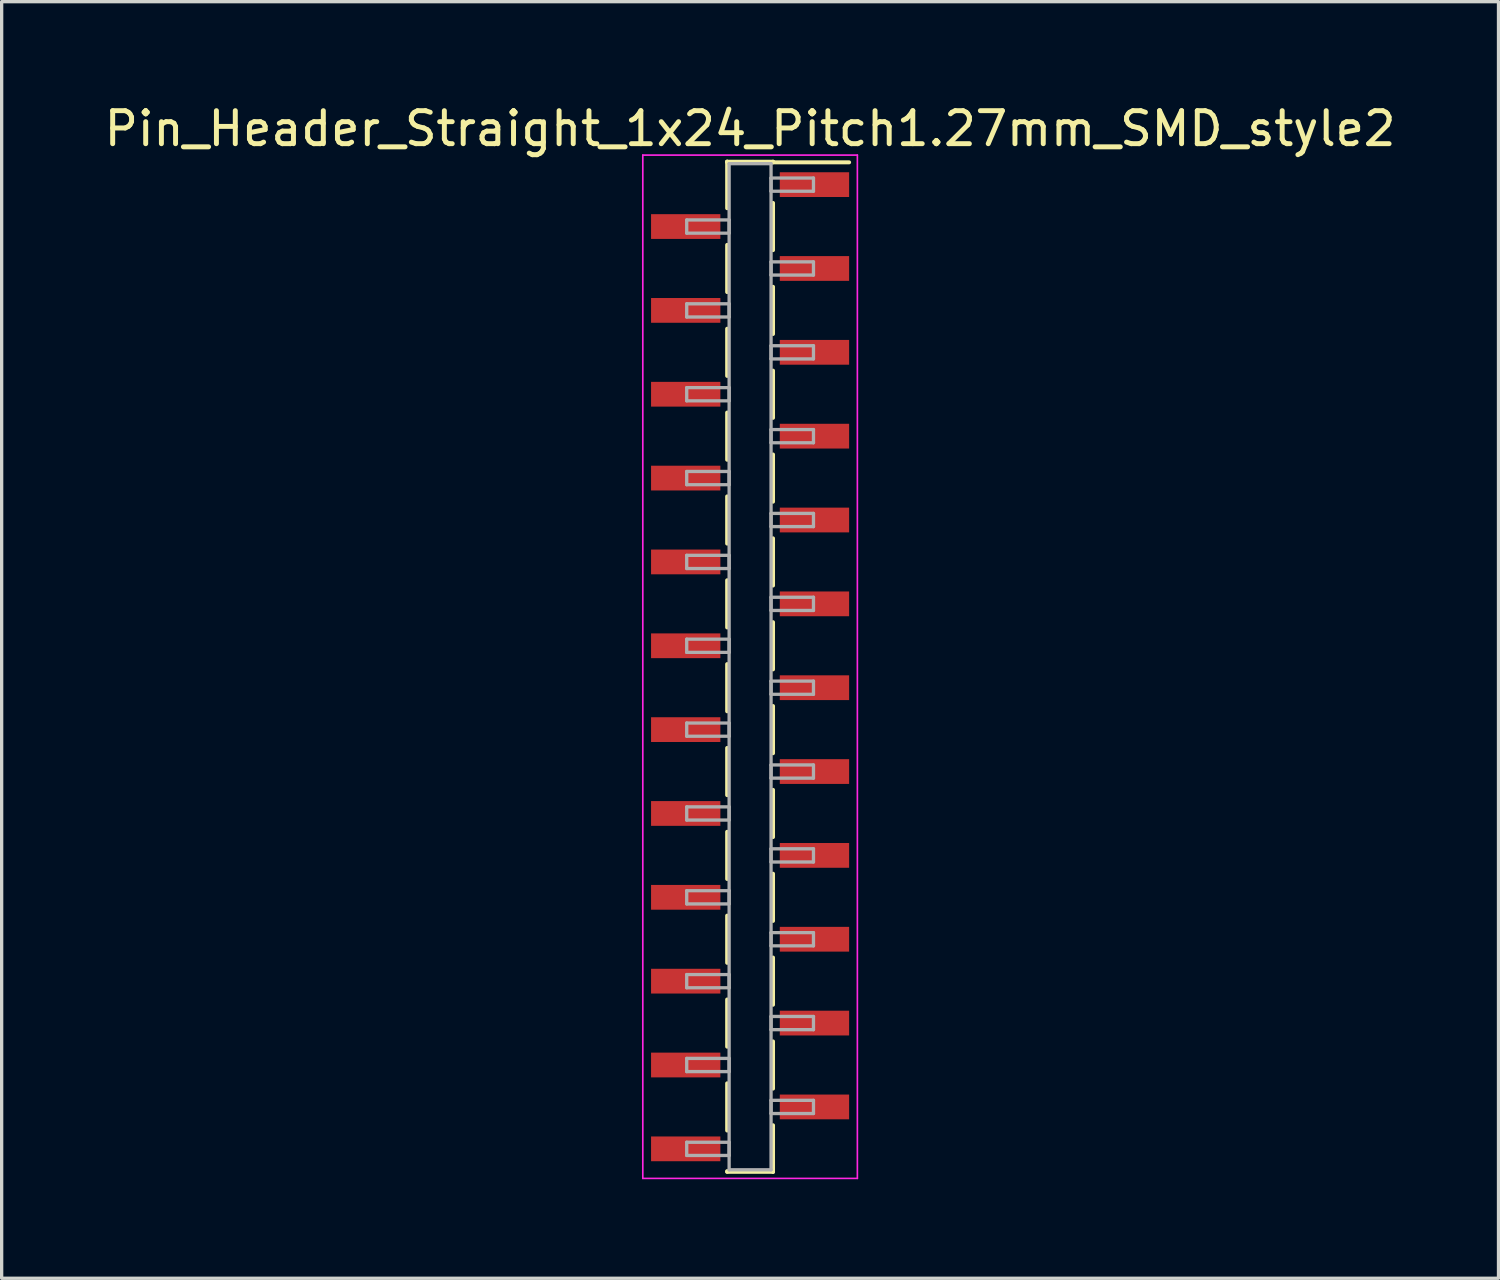
<source format=kicad_pcb>
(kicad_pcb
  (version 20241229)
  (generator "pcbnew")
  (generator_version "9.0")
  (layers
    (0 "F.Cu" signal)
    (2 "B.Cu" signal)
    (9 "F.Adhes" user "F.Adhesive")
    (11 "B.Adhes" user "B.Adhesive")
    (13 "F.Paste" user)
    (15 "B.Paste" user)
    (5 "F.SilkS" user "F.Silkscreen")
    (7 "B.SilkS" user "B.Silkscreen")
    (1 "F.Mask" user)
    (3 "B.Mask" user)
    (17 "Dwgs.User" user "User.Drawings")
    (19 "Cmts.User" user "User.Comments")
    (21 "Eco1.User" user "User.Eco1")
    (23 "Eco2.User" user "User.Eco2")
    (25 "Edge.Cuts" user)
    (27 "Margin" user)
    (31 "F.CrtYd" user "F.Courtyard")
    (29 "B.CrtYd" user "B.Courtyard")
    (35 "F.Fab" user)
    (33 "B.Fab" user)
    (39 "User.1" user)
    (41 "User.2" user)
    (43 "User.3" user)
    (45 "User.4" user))
  (footprint "Pin_Header_Straight_1x24_Pitch1.27mm_SMD_style2"
    (layer "F.Cu")
    (at 19.673 17.148)
    (property "Reference" "Pin_Header_Straight_1x24_Pitch1.27mm_SMD_style2" (at 0 -16.3 0) (layer "F.SilkS") (effects (font (size 1 1) (thickness 0.15))))
    (attr smd)
    (fp_line (start -0.695 -15.3) (end -0.695 -13.89) (stroke (width 0.12) (type solid)) (layer "F.SilkS"))
    (fp_line (start -0.695 -15.3) (end 0.695 -15.3) (stroke (width 0.12) (type solid)) (layer "F.SilkS"))
    (fp_line (start -0.695 -15.28) (end -0.695 -15.3) (stroke (width 0.12) (type solid)) (layer "F.SilkS"))
    (fp_line (start -0.695 -12.78) (end -0.695 -11.35) (stroke (width 0.12) (type solid)) (layer "F.SilkS"))
    (fp_line (start -0.695 -10.24) (end -0.695 -8.81) (stroke (width 0.12) (type solid)) (layer "F.SilkS"))
    (fp_line (start -0.695 -7.7) (end -0.695 -6.27) (stroke (width 0.12) (type solid)) (layer "F.SilkS"))
    (fp_line (start -0.695 -5.16) (end -0.695 -3.73) (stroke (width 0.12) (type solid)) (layer "F.SilkS"))
    (fp_line (start -0.695 -2.62) (end -0.695 -1.19) (stroke (width 0.12) (type solid)) (layer "F.SilkS"))
    (fp_line (start -0.695 -0.08) (end -0.695 1.35) (stroke (width 0.12) (type solid)) (layer "F.SilkS"))
    (fp_line (start -0.695 2.46) (end -0.695 3.89) (stroke (width 0.12) (type solid)) (layer "F.SilkS"))
    (fp_line (start -0.695 5) (end -0.695 6.43) (stroke (width 0.12) (type solid)) (layer "F.SilkS"))
    (fp_line (start -0.695 7.54) (end -0.695 8.97) (stroke (width 0.12) (type solid)) (layer "F.SilkS"))
    (fp_line (start -0.695 10.08) (end -0.695 11.51) (stroke (width 0.12) (type solid)) (layer "F.SilkS"))
    (fp_line (start -0.695 12.62) (end -0.695 14.05) (stroke (width 0.12) (type solid)) (layer "F.SilkS"))
    (fp_line (start -0.695 15.28) (end -0.695 15.3) (stroke (width 0.12) (type solid)) (layer "F.SilkS"))
    (fp_line (start -0.695 15.3) (end 0.695 15.3) (stroke (width 0.12) (type solid)) (layer "F.SilkS"))
    (fp_line (start 0.695 -15.3) (end 0.695 -15.28) (stroke (width 0.12) (type solid)) (layer "F.SilkS"))
    (fp_line (start 0.695 -15.28) (end 3 -15.28) (stroke (width 0.12) (type solid)) (layer "F.SilkS"))
    (fp_line (start 0.695 -14.05) (end 0.695 -12.62) (stroke (width 0.12) (type solid)) (layer "F.SilkS"))
    (fp_line (start 0.695 -11.51) (end 0.695 -10.08) (stroke (width 0.12) (type solid)) (layer "F.SilkS"))
    (fp_line (start 0.695 -8.97) (end 0.695 -7.54) (stroke (width 0.12) (type solid)) (layer "F.SilkS"))
    (fp_line (start 0.695 -6.43) (end 0.695 -5) (stroke (width 0.12) (type solid)) (layer "F.SilkS"))
    (fp_line (start 0.695 -3.89) (end 0.695 -2.46) (stroke (width 0.12) (type solid)) (layer "F.SilkS"))
    (fp_line (start 0.695 -1.35) (end 0.695 0.08) (stroke (width 0.12) (type solid)) (layer "F.SilkS"))
    (fp_line (start 0.695 1.19) (end 0.695 2.62) (stroke (width 0.12) (type solid)) (layer "F.SilkS"))
    (fp_line (start 0.695 3.73) (end 0.695 5.16) (stroke (width 0.12) (type solid)) (layer "F.SilkS"))
    (fp_line (start 0.695 6.27) (end 0.695 7.7) (stroke (width 0.12) (type solid)) (layer "F.SilkS"))
    (fp_line (start 0.695 8.81) (end 0.695 10.24) (stroke (width 0.12) (type solid)) (layer "F.SilkS"))
    (fp_line (start 0.695 11.35) (end 0.695 12.78) (stroke (width 0.12) (type solid)) (layer "F.SilkS"))
    (fp_line (start 0.695 13.89) (end 0.695 15.3) (stroke (width 0.12) (type solid)) (layer "F.SilkS"))
    (fp_line (start 0.695 15.3) (end 0.695 15.28) (stroke (width 0.12) (type solid)) (layer "F.SilkS"))
    (fp_line (start -3.25 -15.5) (end -3.25 15.5) (stroke (width 0.05) (type solid)) (layer "F.CrtYd"))
    (fp_line (start -3.25 15.5) (end 3.25 15.5) (stroke (width 0.05) (type solid)) (layer "F.CrtYd"))
    (fp_line (start 3.25 -15.5) (end -3.25 -15.5) (stroke (width 0.05) (type solid)) (layer "F.CrtYd"))
    (fp_line (start 3.25 15.5) (end 3.25 -15.5) (stroke (width 0.05) (type solid)) (layer "F.CrtYd"))
    (fp_line (start -1.92 -13.535) (end -0.635 -13.535) (stroke (width 0.1) (type solid)) (layer "F.Fab"))
    (fp_line (start -1.92 -13.135) (end -1.92 -13.535) (stroke (width 0.1) (type solid)) (layer "F.Fab"))
    (fp_line (start -1.92 -10.995) (end -0.635 -10.995) (stroke (width 0.1) (type solid)) (layer "F.Fab"))
    (fp_line (start -1.92 -10.595) (end -1.92 -10.995) (stroke (width 0.1) (type solid)) (layer "F.Fab"))
    (fp_line (start -1.92 -8.455) (end -0.635 -8.455) (stroke (width 0.1) (type solid)) (layer "F.Fab"))
    (fp_line (start -1.92 -8.055) (end -1.92 -8.455) (stroke (width 0.1) (type solid)) (layer "F.Fab"))
    (fp_line (start -1.92 -5.915) (end -0.635 -5.915) (stroke (width 0.1) (type solid)) (layer "F.Fab"))
    (fp_line (start -1.92 -5.515) (end -1.92 -5.915) (stroke (width 0.1) (type solid)) (layer "F.Fab"))
    (fp_line (start -1.92 -3.375) (end -0.635 -3.375) (stroke (width 0.1) (type solid)) (layer "F.Fab"))
    (fp_line (start -1.92 -2.975) (end -1.92 -3.375) (stroke (width 0.1) (type solid)) (layer "F.Fab"))
    (fp_line (start -1.92 -0.835) (end -0.635 -0.835) (stroke (width 0.1) (type solid)) (layer "F.Fab"))
    (fp_line (start -1.92 -0.435) (end -1.92 -0.835) (stroke (width 0.1) (type solid)) (layer "F.Fab"))
    (fp_line (start -1.92 1.705) (end -0.635 1.705) (stroke (width 0.1) (type solid)) (layer "F.Fab"))
    (fp_line (start -1.92 2.105) (end -1.92 1.705) (stroke (width 0.1) (type solid)) (layer "F.Fab"))
    (fp_line (start -1.92 4.245) (end -0.635 4.245) (stroke (width 0.1) (type solid)) (layer "F.Fab"))
    (fp_line (start -1.92 4.645) (end -1.92 4.245) (stroke (width 0.1) (type solid)) (layer "F.Fab"))
    (fp_line (start -1.92 6.785) (end -0.635 6.785) (stroke (width 0.1) (type solid)) (layer "F.Fab"))
    (fp_line (start -1.92 7.185) (end -1.92 6.785) (stroke (width 0.1) (type solid)) (layer "F.Fab"))
    (fp_line (start -1.92 9.325) (end -0.635 9.325) (stroke (width 0.1) (type solid)) (layer "F.Fab"))
    (fp_line (start -1.92 9.725) (end -1.92 9.325) (stroke (width 0.1) (type solid)) (layer "F.Fab"))
    (fp_line (start -1.92 11.865) (end -0.635 11.865) (stroke (width 0.1) (type solid)) (layer "F.Fab"))
    (fp_line (start -1.92 12.265) (end -1.92 11.865) (stroke (width 0.1) (type solid)) (layer "F.Fab"))
    (fp_line (start -1.92 14.405) (end -0.635 14.405) (stroke (width 0.1) (type solid)) (layer "F.Fab"))
    (fp_line (start -1.92 14.805) (end -1.92 14.405) (stroke (width 0.1) (type solid)) (layer "F.Fab"))
    (fp_line (start -0.635 -15.24) (end -0.635 15.24) (stroke (width 0.1) (type solid)) (layer "F.Fab"))
    (fp_line (start -0.635 -13.535) (end -0.635 -13.135) (stroke (width 0.1) (type solid)) (layer "F.Fab"))
    (fp_line (start -0.635 -13.135) (end -1.92 -13.135) (stroke (width 0.1) (type solid)) (layer "F.Fab"))
    (fp_line (start -0.635 -10.995) (end -0.635 -10.595) (stroke (width 0.1) (type solid)) (layer "F.Fab"))
    (fp_line (start -0.635 -10.595) (end -1.92 -10.595) (stroke (width 0.1) (type solid)) (layer "F.Fab"))
    (fp_line (start -0.635 -8.455) (end -0.635 -8.055) (stroke (width 0.1) (type solid)) (layer "F.Fab"))
    (fp_line (start -0.635 -8.055) (end -1.92 -8.055) (stroke (width 0.1) (type solid)) (layer "F.Fab"))
    (fp_line (start -0.635 -5.915) (end -0.635 -5.515) (stroke (width 0.1) (type solid)) (layer "F.Fab"))
    (fp_line (start -0.635 -5.515) (end -1.92 -5.515) (stroke (width 0.1) (type solid)) (layer "F.Fab"))
    (fp_line (start -0.635 -3.375) (end -0.635 -2.975) (stroke (width 0.1) (type solid)) (layer "F.Fab"))
    (fp_line (start -0.635 -2.975) (end -1.92 -2.975) (stroke (width 0.1) (type solid)) (layer "F.Fab"))
    (fp_line (start -0.635 -0.835) (end -0.635 -0.435) (stroke (width 0.1) (type solid)) (layer "F.Fab"))
    (fp_line (start -0.635 -0.435) (end -1.92 -0.435) (stroke (width 0.1) (type solid)) (layer "F.Fab"))
    (fp_line (start -0.635 1.705) (end -0.635 2.105) (stroke (width 0.1) (type solid)) (layer "F.Fab"))
    (fp_line (start -0.635 2.105) (end -1.92 2.105) (stroke (width 0.1) (type solid)) (layer "F.Fab"))
    (fp_line (start -0.635 4.245) (end -0.635 4.645) (stroke (width 0.1) (type solid)) (layer "F.Fab"))
    (fp_line (start -0.635 4.645) (end -1.92 4.645) (stroke (width 0.1) (type solid)) (layer "F.Fab"))
    (fp_line (start -0.635 6.785) (end -0.635 7.185) (stroke (width 0.1) (type solid)) (layer "F.Fab"))
    (fp_line (start -0.635 7.185) (end -1.92 7.185) (stroke (width 0.1) (type solid)) (layer "F.Fab"))
    (fp_line (start -0.635 9.325) (end -0.635 9.725) (stroke (width 0.1) (type solid)) (layer "F.Fab"))
    (fp_line (start -0.635 9.725) (end -1.92 9.725) (stroke (width 0.1) (type solid)) (layer "F.Fab"))
    (fp_line (start -0.635 11.865) (end -0.635 12.265) (stroke (width 0.1) (type solid)) (layer "F.Fab"))
    (fp_line (start -0.635 12.265) (end -1.92 12.265) (stroke (width 0.1) (type solid)) (layer "F.Fab"))
    (fp_line (start -0.635 14.405) (end -0.635 14.805) (stroke (width 0.1) (type solid)) (layer "F.Fab"))
    (fp_line (start -0.635 14.805) (end -1.92 14.805) (stroke (width 0.1) (type solid)) (layer "F.Fab"))
    (fp_line (start -0.635 15.24) (end 0.635 15.24) (stroke (width 0.1) (type solid)) (layer "F.Fab"))
    (fp_line (start 0.635 -15.24) (end -0.635 -15.24) (stroke (width 0.1) (type solid)) (layer "F.Fab"))
    (fp_line (start 0.635 -14.805) (end 0.635 -14.405) (stroke (width 0.1) (type solid)) (layer "F.Fab"))
    (fp_line (start 0.635 -14.405) (end 1.92 -14.405) (stroke (width 0.1) (type solid)) (layer "F.Fab"))
    (fp_line (start 0.635 -12.265) (end 0.635 -11.865) (stroke (width 0.1) (type solid)) (layer "F.Fab"))
    (fp_line (start 0.635 -11.865) (end 1.92 -11.865) (stroke (width 0.1) (type solid)) (layer "F.Fab"))
    (fp_line (start 0.635 -9.725) (end 0.635 -9.325) (stroke (width 0.1) (type solid)) (layer "F.Fab"))
    (fp_line (start 0.635 -9.325) (end 1.92 -9.325) (stroke (width 0.1) (type solid)) (layer "F.Fab"))
    (fp_line (start 0.635 -7.185) (end 0.635 -6.785) (stroke (width 0.1) (type solid)) (layer "F.Fab"))
    (fp_line (start 0.635 -6.785) (end 1.92 -6.785) (stroke (width 0.1) (type solid)) (layer "F.Fab"))
    (fp_line (start 0.635 -4.645) (end 0.635 -4.245) (stroke (width 0.1) (type solid)) (layer "F.Fab"))
    (fp_line (start 0.635 -4.245) (end 1.92 -4.245) (stroke (width 0.1) (type solid)) (layer "F.Fab"))
    (fp_line (start 0.635 -2.105) (end 0.635 -1.705) (stroke (width 0.1) (type solid)) (layer "F.Fab"))
    (fp_line (start 0.635 -1.705) (end 1.92 -1.705) (stroke (width 0.1) (type solid)) (layer "F.Fab"))
    (fp_line (start 0.635 0.435) (end 0.635 0.835) (stroke (width 0.1) (type solid)) (layer "F.Fab"))
    (fp_line (start 0.635 0.835) (end 1.92 0.835) (stroke (width 0.1) (type solid)) (layer "F.Fab"))
    (fp_line (start 0.635 2.975) (end 0.635 3.375) (stroke (width 0.1) (type solid)) (layer "F.Fab"))
    (fp_line (start 0.635 3.375) (end 1.92 3.375) (stroke (width 0.1) (type solid)) (layer "F.Fab"))
    (fp_line (start 0.635 5.515) (end 0.635 5.915) (stroke (width 0.1) (type solid)) (layer "F.Fab"))
    (fp_line (start 0.635 5.915) (end 1.92 5.915) (stroke (width 0.1) (type solid)) (layer "F.Fab"))
    (fp_line (start 0.635 8.055) (end 0.635 8.455) (stroke (width 0.1) (type solid)) (layer "F.Fab"))
    (fp_line (start 0.635 8.455) (end 1.92 8.455) (stroke (width 0.1) (type solid)) (layer "F.Fab"))
    (fp_line (start 0.635 10.595) (end 0.635 10.995) (stroke (width 0.1) (type solid)) (layer "F.Fab"))
    (fp_line (start 0.635 10.995) (end 1.92 10.995) (stroke (width 0.1) (type solid)) (layer "F.Fab"))
    (fp_line (start 0.635 13.135) (end 0.635 13.535) (stroke (width 0.1) (type solid)) (layer "F.Fab"))
    (fp_line (start 0.635 13.535) (end 1.92 13.535) (stroke (width 0.1) (type solid)) (layer "F.Fab"))
    (fp_line (start 0.635 15.24) (end 0.635 -15.24) (stroke (width 0.1) (type solid)) (layer "F.Fab"))
    (fp_line (start 1.92 -14.805) (end 0.635 -14.805) (stroke (width 0.1) (type solid)) (layer "F.Fab"))
    (fp_line (start 1.92 -14.405) (end 1.92 -14.805) (stroke (width 0.1) (type solid)) (layer "F.Fab"))
    (fp_line (start 1.92 -12.265) (end 0.635 -12.265) (stroke (width 0.1) (type solid)) (layer "F.Fab"))
    (fp_line (start 1.92 -11.865) (end 1.92 -12.265) (stroke (width 0.1) (type solid)) (layer "F.Fab"))
    (fp_line (start 1.92 -9.725) (end 0.635 -9.725) (stroke (width 0.1) (type solid)) (layer "F.Fab"))
    (fp_line (start 1.92 -9.325) (end 1.92 -9.725) (stroke (width 0.1) (type solid)) (layer "F.Fab"))
    (fp_line (start 1.92 -7.185) (end 0.635 -7.185) (stroke (width 0.1) (type solid)) (layer "F.Fab"))
    (fp_line (start 1.92 -6.785) (end 1.92 -7.185) (stroke (width 0.1) (type solid)) (layer "F.Fab"))
    (fp_line (start 1.92 -4.645) (end 0.635 -4.645) (stroke (width 0.1) (type solid)) (layer "F.Fab"))
    (fp_line (start 1.92 -4.245) (end 1.92 -4.645) (stroke (width 0.1) (type solid)) (layer "F.Fab"))
    (fp_line (start 1.92 -2.105) (end 0.635 -2.105) (stroke (width 0.1) (type solid)) (layer "F.Fab"))
    (fp_line (start 1.92 -1.705) (end 1.92 -2.105) (stroke (width 0.1) (type solid)) (layer "F.Fab"))
    (fp_line (start 1.92 0.435) (end 0.635 0.435) (stroke (width 0.1) (type solid)) (layer "F.Fab"))
    (fp_line (start 1.92 0.835) (end 1.92 0.435) (stroke (width 0.1) (type solid)) (layer "F.Fab"))
    (fp_line (start 1.92 2.975) (end 0.635 2.975) (stroke (width 0.1) (type solid)) (layer "F.Fab"))
    (fp_line (start 1.92 3.375) (end 1.92 2.975) (stroke (width 0.1) (type solid)) (layer "F.Fab"))
    (fp_line (start 1.92 5.515) (end 0.635 5.515) (stroke (width 0.1) (type solid)) (layer "F.Fab"))
    (fp_line (start 1.92 5.915) (end 1.92 5.515) (stroke (width 0.1) (type solid)) (layer "F.Fab"))
    (fp_line (start 1.92 8.055) (end 0.635 8.055) (stroke (width 0.1) (type solid)) (layer "F.Fab"))
    (fp_line (start 1.92 8.455) (end 1.92 8.055) (stroke (width 0.1) (type solid)) (layer "F.Fab"))
    (fp_line (start 1.92 10.595) (end 0.635 10.595) (stroke (width 0.1) (type solid)) (layer "F.Fab"))
    (fp_line (start 1.92 10.995) (end 1.92 10.595) (stroke (width 0.1) (type solid)) (layer "F.Fab"))
    (fp_line (start 1.92 13.135) (end 0.635 13.135) (stroke (width 0.1) (type solid)) (layer "F.Fab"))
    (fp_line (start 1.92 13.535) (end 1.92 13.135) (stroke (width 0.1) (type solid)) (layer "F.Fab"))
    (pad "1" smd rect (at 1.95 -14.605) (size 2.1 0.75) (layers "F.Cu" "F.Mask"))
    (pad "2" smd rect (at -1.95 -13.335) (size 2.1 0.75) (layers "F.Cu" "F.Mask"))
    (pad "3" smd rect (at 1.95 -12.065) (size 2.1 0.75) (layers "F.Cu" "F.Mask"))
    (pad "4" smd rect (at -1.95 -10.795) (size 2.1 0.75) (layers "F.Cu" "F.Mask"))
    (pad "5" smd rect (at 1.95 -9.525) (size 2.1 0.75) (layers "F.Cu" "F.Mask"))
    (pad "6" smd rect (at -1.95 -8.255) (size 2.1 0.75) (layers "F.Cu" "F.Mask"))
    (pad "7" smd rect (at 1.95 -6.985) (size 2.1 0.75) (layers "F.Cu" "F.Mask"))
    (pad "8" smd rect (at -1.95 -5.715) (size 2.1 0.75) (layers "F.Cu" "F.Mask"))
    (pad "9" smd rect (at 1.95 -4.445) (size 2.1 0.75) (layers "F.Cu" "F.Mask"))
    (pad "10" smd rect (at -1.95 -3.175) (size 2.1 0.75) (layers "F.Cu" "F.Mask"))
    (pad "11" smd rect (at 1.95 -1.905) (size 2.1 0.75) (layers "F.Cu" "F.Mask"))
    (pad "12" smd rect (at -1.95 -0.635) (size 2.1 0.75) (layers "F.Cu" "F.Mask"))
    (pad "13" smd rect (at 1.95 0.635) (size 2.1 0.75) (layers "F.Cu" "F.Mask"))
    (pad "14" smd rect (at -1.95 1.905) (size 2.1 0.75) (layers "F.Cu" "F.Mask"))
    (pad "15" smd rect (at 1.95 3.175) (size 2.1 0.75) (layers "F.Cu" "F.Mask"))
    (pad "16" smd rect (at -1.95 4.445) (size 2.1 0.75) (layers "F.Cu" "F.Mask"))
    (pad "17" smd rect (at 1.95 5.715) (size 2.1 0.75) (layers "F.Cu" "F.Mask"))
    (pad "18" smd rect (at -1.95 6.985) (size 2.1 0.75) (layers "F.Cu" "F.Mask"))
    (pad "19" smd rect (at 1.95 8.255) (size 2.1 0.75) (layers "F.Cu" "F.Mask"))
    (pad "20" smd rect (at -1.95 9.525) (size 2.1 0.75) (layers "F.Cu" "F.Mask"))
    (pad "21" smd rect (at 1.95 10.795) (size 2.1 0.75) (layers "F.Cu" "F.Mask"))
    (pad "22" smd rect (at -1.95 12.065) (size 2.1 0.75) (layers "F.Cu" "F.Mask"))
    (pad "23" smd rect (at 1.95 13.335) (size 2.1 0.75) (layers "F.Cu" "F.Mask"))
    (pad "24" smd rect (at -1.95 14.605) (size 2.1 0.75) (layers "F.Cu" "F.Mask")))
  (gr_rect
    (start -3 -3)
    (end 42.345 35.673)
    (stroke (width 0.1) (type default))
    (fill no)
    (layer "Edge.Cuts")))
</source>
